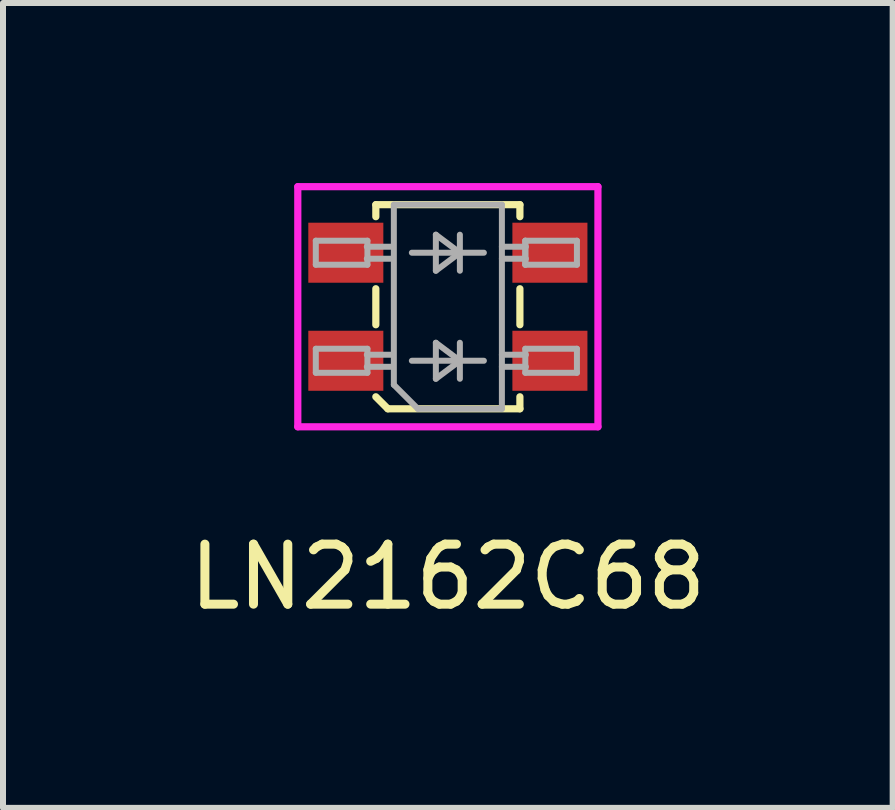
<source format=kicad_pcb>
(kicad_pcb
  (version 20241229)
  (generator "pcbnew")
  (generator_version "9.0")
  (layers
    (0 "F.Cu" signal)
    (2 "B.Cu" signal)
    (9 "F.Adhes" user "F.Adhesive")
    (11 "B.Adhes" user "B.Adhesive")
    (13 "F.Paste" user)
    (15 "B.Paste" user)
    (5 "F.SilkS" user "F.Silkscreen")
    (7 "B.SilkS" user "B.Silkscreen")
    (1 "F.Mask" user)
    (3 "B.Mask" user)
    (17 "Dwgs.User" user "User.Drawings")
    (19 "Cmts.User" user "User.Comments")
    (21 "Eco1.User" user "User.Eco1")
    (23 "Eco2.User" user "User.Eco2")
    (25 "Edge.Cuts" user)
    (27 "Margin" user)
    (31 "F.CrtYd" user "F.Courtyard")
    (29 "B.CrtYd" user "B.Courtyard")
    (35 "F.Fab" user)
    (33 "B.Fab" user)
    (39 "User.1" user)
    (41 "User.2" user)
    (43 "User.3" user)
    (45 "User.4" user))
  (footprint "LN2162C68"
    (layer "F.Cu")
    (at 4.411 2.06)
    (property "Reference" "LN2162C68" (at 0 4.5 0) (unlocked yes) (layer "F.SilkS") (effects (font (size 1 1) (thickness 0.15))))
    (attr smd)
    (fp_line (start -1.2 -1.7) (end 1.2 -1.7) (stroke (width 0.12) (type solid)) (layer "F.SilkS"))
    (fp_line (start -1.2 -1.5) (end -1.2 -1.7) (stroke (width 0.12) (type solid)) (layer "F.SilkS"))
    (fp_line (start -1.2 0.3) (end -1.2 -0.3) (stroke (width 0.12) (type solid)) (layer "F.SilkS"))
    (fp_line (start -1.2 1.5) (end -1 1.7) (stroke (width 0.12) (type solid)) (layer "F.SilkS"))
    (fp_line (start -1 1.7) (end 1.2 1.7) (stroke (width 0.12) (type solid)) (layer "F.SilkS"))
    (fp_line (start 1.2 -1.7) (end 1.2 -1.5) (stroke (width 0.12) (type solid)) (layer "F.SilkS"))
    (fp_line (start 1.2 0.3) (end 1.2 -0.3) (stroke (width 0.12) (type solid)) (layer "F.SilkS"))
    (fp_line (start 1.2 1.7) (end 1.2 1.5) (stroke (width 0.12) (type solid)) (layer "F.SilkS"))
    (fp_line (start -2.5 -2) (end -2.5 2) (stroke (width 0.12) (type solid)) (layer "F.CrtYd"))
    (fp_line (start -2.5 -2) (end 2.5 -2) (stroke (width 0.12) (type solid)) (layer "F.CrtYd"))
    (fp_line (start -2.5 2) (end 2.5 2) (stroke (width 0.12) (type solid)) (layer "F.CrtYd"))
    (fp_line (start 2.5 -2) (end 2.5 2) (stroke (width 0.12) (type solid)) (layer "F.CrtYd"))
    (fp_line (start -2.2 -1.1) (end -2.2 -0.7) (stroke (width 0.1) (type solid)) (layer "F.Fab"))
    (fp_line (start -2.2 -0.7) (end -1.34 -0.7) (stroke (width 0.1) (type solid)) (layer "F.Fab"))
    (fp_line (start -2.2 0.7) (end -2.2 1.1) (stroke (width 0.1) (type solid)) (layer "F.Fab"))
    (fp_line (start -2.2 1.1) (end -1.34 1.1) (stroke (width 0.1) (type solid)) (layer "F.Fab"))
    (fp_line (start -1.35 -1) (end -0.95 -1) (stroke (width 0.1) (type solid)) (layer "F.Fab"))
    (fp_line (start -1.35 -0.8) (end -0.95 -0.8) (stroke (width 0.1) (type solid)) (layer "F.Fab"))
    (fp_line (start -1.35 0.8) (end -0.95 0.8) (stroke (width 0.1) (type solid)) (layer "F.Fab"))
    (fp_line (start -1.35 1) (end -0.95 1) (stroke (width 0.1) (type solid)) (layer "F.Fab"))
    (fp_line (start -1.34 -1.1) (end -2.2 -1.1) (stroke (width 0.1) (type solid)) (layer "F.Fab"))
    (fp_line (start -1.34 -0.7) (end -1.34 -1.1) (stroke (width 0.1) (type solid)) (layer "F.Fab"))
    (fp_line (start -1.34 0.7) (end -2.2 0.7) (stroke (width 0.1) (type solid)) (layer "F.Fab"))
    (fp_line (start -1.34 1.1) (end -1.34 0.7) (stroke (width 0.1) (type solid)) (layer "F.Fab"))
    (fp_line (start -0.9 -1.7) (end -0.9 1.3) (stroke (width 0.1) (type solid)) (layer "F.Fab"))
    (fp_line (start -0.9 -1.7) (end 0.9 -1.7) (stroke (width 0.1) (type solid)) (layer "F.Fab"))
    (fp_line (start -0.9 1.3) (end -0.5 1.7) (stroke (width 0.1) (type solid)) (layer "F.Fab"))
    (fp_line (start -0.6 -0.9) (end 0.6 -0.9) (stroke (width 0.1) (type solid)) (layer "F.Fab"))
    (fp_line (start -0.6 0.9) (end 0.6 0.9) (stroke (width 0.1) (type solid)) (layer "F.Fab"))
    (fp_line (start -0.5 1.7) (end 0.9 1.7) (stroke (width 0.1) (type solid)) (layer "F.Fab"))
    (fp_line (start -0.2 -1.2) (end -0.2 -0.6) (stroke (width 0.1) (type solid)) (layer "F.Fab"))
    (fp_line (start -0.2 -0.6) (end 0.2 -0.9) (stroke (width 0.1) (type solid)) (layer "F.Fab"))
    (fp_line (start -0.2 0.6) (end -0.2 1.2) (stroke (width 0.1) (type solid)) (layer "F.Fab"))
    (fp_line (start -0.2 1.2) (end 0.2 0.9) (stroke (width 0.1) (type solid)) (layer "F.Fab"))
    (fp_line (start 0.2 -1.2) (end 0.2 -0.6) (stroke (width 0.1) (type solid)) (layer "F.Fab"))
    (fp_line (start 0.2 -0.9) (end -0.2 -1.2) (stroke (width 0.1) (type solid)) (layer "F.Fab"))
    (fp_line (start 0.2 0.6) (end 0.2 1.2) (stroke (width 0.1) (type solid)) (layer "F.Fab"))
    (fp_line (start 0.2 0.9) (end -0.2 0.6) (stroke (width 0.1) (type solid)) (layer "F.Fab"))
    (fp_line (start 0.9 -1.7) (end 0.9 1.7) (stroke (width 0.1) (type solid)) (layer "F.Fab"))
    (fp_line (start 1.29 -1.1) (end 1.29 -0.7) (stroke (width 0.1) (type solid)) (layer "F.Fab"))
    (fp_line (start 1.29 -0.7) (end 1.29 -1.1) (stroke (width 0.1) (type solid)) (layer "F.Fab"))
    (fp_line (start 1.29 -0.7) (end 2.15 -0.7) (stroke (width 0.1) (type solid)) (layer "F.Fab"))
    (fp_line (start 1.29 0.7) (end 1.29 1.1) (stroke (width 0.1) (type solid)) (layer "F.Fab"))
    (fp_line (start 1.29 1.1) (end 2.15 1.1) (stroke (width 0.1) (type solid)) (layer "F.Fab"))
    (fp_line (start 1.3 -1) (end 0.9 -1) (stroke (width 0.1) (type solid)) (layer "F.Fab"))
    (fp_line (start 1.3 -0.8) (end 0.9 -0.8) (stroke (width 0.1) (type solid)) (layer "F.Fab"))
    (fp_line (start 1.3 0.8) (end 0.9 0.8) (stroke (width 0.1) (type solid)) (layer "F.Fab"))
    (fp_line (start 1.3 1) (end 0.9 1) (stroke (width 0.1) (type solid)) (layer "F.Fab"))
    (fp_line (start 2.15 -1.1) (end 1.29 -1.1) (stroke (width 0.1) (type solid)) (layer "F.Fab"))
    (fp_line (start 2.15 -0.7) (end 2.15 -1.1) (stroke (width 0.1) (type solid)) (layer "F.Fab"))
    (fp_line (start 2.15 0.7) (end 1.29 0.7) (stroke (width 0.1) (type solid)) (layer "F.Fab"))
    (fp_line (start 2.15 1.1) (end 2.15 0.7) (stroke (width 0.1) (type solid)) (layer "F.Fab"))
    (pad "1" smd rect (at -1.7 -0.9) (size 1.25 1) (layers "F.Cu" "F.Mask" "F.Paste"))
    (pad "2" smd rect (at 1.7 -0.9) (size 1.25 1) (layers "F.Cu" "F.Mask" "F.Paste"))
    (pad "3" smd rect (at -1.7 0.9) (size 1.25 1) (layers "F.Cu" "F.Mask" "F.Paste"))
    (pad "4" smd rect (at 1.7 0.9) (size 1.25 1) (layers "F.Cu" "F.Mask" "F.Paste")))
  (gr_rect
    (start -3 -3)
    (end 11.821 10.408)
    (stroke (width 0.1) (type default))
    (fill no)
    (layer "Edge.Cuts")))
</source>
